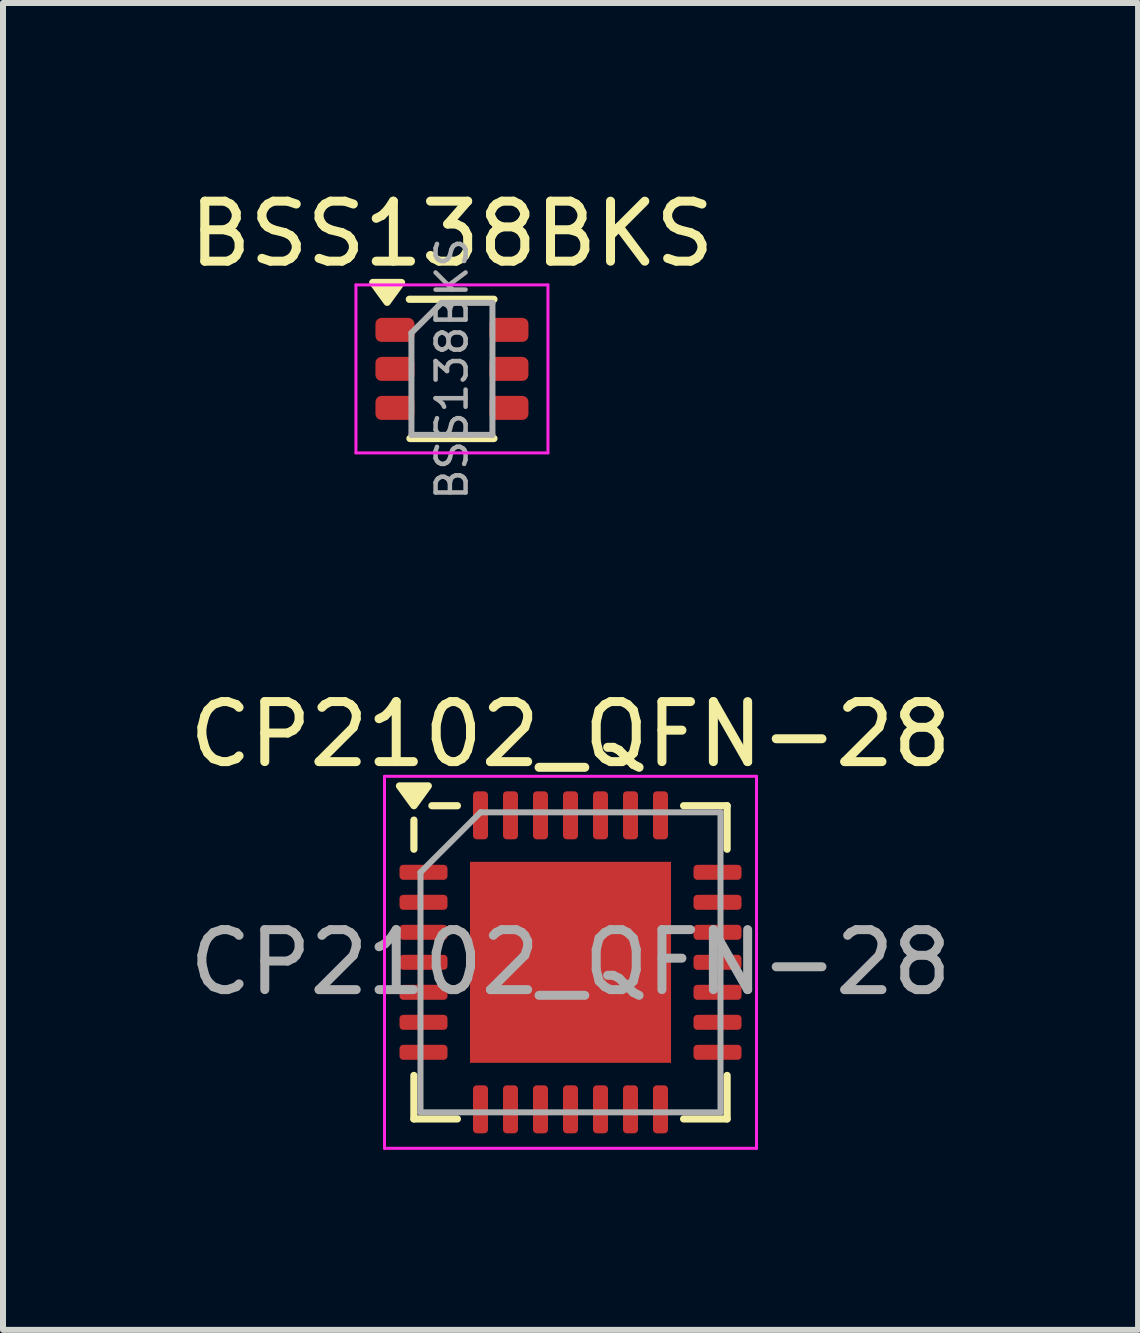
<source format=kicad_pcb>
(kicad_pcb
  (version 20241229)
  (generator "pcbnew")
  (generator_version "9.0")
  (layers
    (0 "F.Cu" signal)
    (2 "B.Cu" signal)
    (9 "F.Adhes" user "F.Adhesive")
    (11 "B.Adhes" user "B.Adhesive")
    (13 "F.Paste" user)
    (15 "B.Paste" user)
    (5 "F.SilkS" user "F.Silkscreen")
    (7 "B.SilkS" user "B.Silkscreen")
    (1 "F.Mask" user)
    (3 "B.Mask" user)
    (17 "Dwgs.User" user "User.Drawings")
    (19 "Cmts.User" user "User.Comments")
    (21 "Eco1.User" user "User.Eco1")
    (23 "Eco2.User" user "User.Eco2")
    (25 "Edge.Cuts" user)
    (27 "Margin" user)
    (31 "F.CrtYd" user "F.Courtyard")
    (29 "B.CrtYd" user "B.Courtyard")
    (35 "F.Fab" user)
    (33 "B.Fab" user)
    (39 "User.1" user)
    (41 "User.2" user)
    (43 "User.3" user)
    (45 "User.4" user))
  (footprint "CP2102_QFN-28"
    (layer "F.Cu")
    (at 6.458 12.988)
    (property "Reference" "CP2102_QFN-28" (at 0 -3.8 0) (layer "F.SilkS") (effects (font (size 1 1) (thickness 0.15))))
    (attr smd)
    (fp_line (start -2.61 -1.885) (end -2.61 -2.37) (stroke (width 0.12) (type solid)) (layer "F.SilkS"))
    (fp_line (start -2.61 2.61) (end -2.61 1.885) (stroke (width 0.12) (type solid)) (layer "F.SilkS"))
    (fp_line (start -1.885 -2.61) (end -2.31 -2.61) (stroke (width 0.12) (type solid)) (layer "F.SilkS"))
    (fp_line (start -1.885 2.61) (end -2.61 2.61) (stroke (width 0.12) (type solid)) (layer "F.SilkS"))
    (fp_line (start 1.885 -2.61) (end 2.61 -2.61) (stroke (width 0.12) (type solid)) (layer "F.SilkS"))
    (fp_line (start 1.885 2.61) (end 2.61 2.61) (stroke (width 0.12) (type solid)) (layer "F.SilkS"))
    (fp_line (start 2.61 -2.61) (end 2.61 -1.885) (stroke (width 0.12) (type solid)) (layer "F.SilkS"))
    (fp_line (start 2.61 2.61) (end 2.61 1.885) (stroke (width 0.12) (type solid)) (layer "F.SilkS"))
    (fp_poly (pts (xy -2.61 -2.61) (xy -2.85 -2.94) (xy -2.37 -2.94) (xy -2.61 -2.61)) (stroke (width 0.12) (type solid)) (fill yes) (layer "F.SilkS"))
    (fp_line (start -3.1 -3.1) (end -3.1 3.1) (stroke (width 0.05) (type solid)) (layer "F.CrtYd"))
    (fp_line (start -3.1 3.1) (end 3.1 3.1) (stroke (width 0.05) (type solid)) (layer "F.CrtYd"))
    (fp_line (start 3.1 -3.1) (end -3.1 -3.1) (stroke (width 0.05) (type solid)) (layer "F.CrtYd"))
    (fp_line (start 3.1 3.1) (end 3.1 -3.1) (stroke (width 0.05) (type solid)) (layer "F.CrtYd"))
    (fp_line (start -2.5 -1.5) (end -1.5 -2.5) (stroke (width 0.1) (type solid)) (layer "F.Fab"))
    (fp_line (start -2.5 2.5) (end -2.5 -1.5) (stroke (width 0.1) (type solid)) (layer "F.Fab"))
    (fp_line (start -1.5 -2.5) (end 2.5 -2.5) (stroke (width 0.1) (type solid)) (layer "F.Fab"))
    (fp_line (start 2.5 -2.5) (end 2.5 2.5) (stroke (width 0.1) (type solid)) (layer "F.Fab"))
    (fp_line (start 2.5 2.5) (end -2.5 2.5) (stroke (width 0.1) (type solid)) (layer "F.Fab"))
    (fp_text user "${REFERENCE}" (at 0 0 0) (layer "F.Fab") (effects (font (size 1 1) (thickness 0.15))))
    (pad "" smd roundrect (at -1.12 -1.12) (size 0.9 0.9) (layers "F.Paste") (roundrect_rratio 0.25))
    (pad "" smd roundrect (at -1.12 0) (size 0.9 0.9) (layers "F.Paste") (roundrect_rratio 0.25))
    (pad "" smd roundrect (at -1.12 1.12) (size 0.9 0.9) (layers "F.Paste") (roundrect_rratio 0.25))
    (pad "" smd roundrect (at 0 -1.12) (size 0.9 0.9) (layers "F.Paste") (roundrect_rratio 0.25))
    (pad "" smd roundrect (at 0 0) (size 0.9 0.9) (layers "F.Paste") (roundrect_rratio 0.25))
    (pad "" smd roundrect (at 0 1.12) (size 0.9 0.9) (layers "F.Paste") (roundrect_rratio 0.25))
    (pad "" smd roundrect (at 1.12 -1.12) (size 0.9 0.9) (layers "F.Paste") (roundrect_rratio 0.25))
    (pad "" smd roundrect (at 1.12 0) (size 0.9 0.9) (layers "F.Paste") (roundrect_rratio 0.25))
    (pad "" smd roundrect (at 1.12 1.12) (size 0.9 0.9) (layers "F.Paste") (roundrect_rratio 0.25))
    (pad "1" smd roundrect (at -2.45 -1.5) (size 0.8 0.25) (layers "F.Cu" "F.Mask" "F.Paste") (roundrect_rratio 0.25))
    (pad "2" smd roundrect (at -2.45 -1) (size 0.8 0.25) (layers "F.Cu" "F.Mask" "F.Paste") (roundrect_rratio 0.25))
    (pad "3" smd roundrect (at -2.45 -0.5) (size 0.8 0.25) (layers "F.Cu" "F.Mask" "F.Paste") (roundrect_rratio 0.25))
    (pad "4" smd roundrect (at -2.45 0) (size 0.8 0.25) (layers "F.Cu" "F.Mask" "F.Paste") (roundrect_rratio 0.25))
    (pad "5" smd roundrect (at -2.45 0.5) (size 0.8 0.25) (layers "F.Cu" "F.Mask" "F.Paste") (roundrect_rratio 0.25))
    (pad "6" smd roundrect (at -2.45 1) (size 0.8 0.25) (layers "F.Cu" "F.Mask" "F.Paste") (roundrect_rratio 0.25))
    (pad "7" smd roundrect (at -2.45 1.5) (size 0.8 0.25) (layers "F.Cu" "F.Mask" "F.Paste") (roundrect_rratio 0.25))
    (pad "8" smd roundrect (at -1.5 2.45) (size 0.25 0.8) (layers "F.Cu" "F.Mask" "F.Paste") (roundrect_rratio 0.25))
    (pad "9" smd roundrect (at -1 2.45) (size 0.25 0.8) (layers "F.Cu" "F.Mask" "F.Paste") (roundrect_rratio 0.25))
    (pad "10" smd roundrect (at -0.5 2.45) (size 0.25 0.8) (layers "F.Cu" "F.Mask" "F.Paste") (roundrect_rratio 0.25))
    (pad "11" smd roundrect (at 0 2.45) (size 0.25 0.8) (layers "F.Cu" "F.Mask" "F.Paste") (roundrect_rratio 0.25))
    (pad "12" smd roundrect (at 0.5 2.45) (size 0.25 0.8) (layers "F.Cu" "F.Mask" "F.Paste") (roundrect_rratio 0.25))
    (pad "13" smd roundrect (at 1 2.45) (size 0.25 0.8) (layers "F.Cu" "F.Mask" "F.Paste") (roundrect_rratio 0.25))
    (pad "14" smd roundrect (at 1.5 2.45) (size 0.25 0.8) (layers "F.Cu" "F.Mask" "F.Paste") (roundrect_rratio 0.25))
    (pad "15" smd roundrect (at 2.45 1.5) (size 0.8 0.25) (layers "F.Cu" "F.Mask" "F.Paste") (roundrect_rratio 0.25))
    (pad "16" smd roundrect (at 2.45 1) (size 0.8 0.25) (layers "F.Cu" "F.Mask" "F.Paste") (roundrect_rratio 0.25))
    (pad "17" smd roundrect (at 2.45 0.5) (size 0.8 0.25) (layers "F.Cu" "F.Mask" "F.Paste") (roundrect_rratio 0.25))
    (pad "18" smd roundrect (at 2.45 0) (size 0.8 0.25) (layers "F.Cu" "F.Mask" "F.Paste") (roundrect_rratio 0.25))
    (pad "19" smd roundrect (at 2.45 -0.5) (size 0.8 0.25) (layers "F.Cu" "F.Mask" "F.Paste") (roundrect_rratio 0.25))
    (pad "20" smd roundrect (at 2.45 -1) (size 0.8 0.25) (layers "F.Cu" "F.Mask" "F.Paste") (roundrect_rratio 0.25))
    (pad "21" smd roundrect (at 2.45 -1.5) (size 0.8 0.25) (layers "F.Cu" "F.Mask" "F.Paste") (roundrect_rratio 0.25))
    (pad "22" smd roundrect (at 1.5 -2.45) (size 0.25 0.8) (layers "F.Cu" "F.Mask" "F.Paste") (roundrect_rratio 0.25))
    (pad "23" smd roundrect (at 1 -2.45) (size 0.25 0.8) (layers "F.Cu" "F.Mask" "F.Paste") (roundrect_rratio 0.25))
    (pad "24" smd roundrect (at 0.5 -2.45) (size 0.25 0.8) (layers "F.Cu" "F.Mask" "F.Paste") (roundrect_rratio 0.25))
    (pad "25" smd roundrect (at 0 -2.45) (size 0.25 0.8) (layers "F.Cu" "F.Mask" "F.Paste") (roundrect_rratio 0.25))
    (pad "26" smd roundrect (at -0.5 -2.45) (size 0.25 0.8) (layers "F.Cu" "F.Mask" "F.Paste") (roundrect_rratio 0.25))
    (pad "27" smd roundrect (at -1 -2.45) (size 0.25 0.8) (layers "F.Cu" "F.Mask" "F.Paste") (roundrect_rratio 0.25))
    (pad "28" smd roundrect (at -1.5 -2.45) (size 0.25 0.8) (layers "F.Cu" "F.Mask" "F.Paste") (roundrect_rratio 0.25))
    (pad "29" smd rect (at 0 0) (size 3.35 3.35) (property pad_prop_heatsink) (layers "F.Cu" "F.Mask")))
  (footprint "BSS138BKS"
    (layer "F.Cu")
    (at 4.482 3.098)
    (property "Reference" "BSS138BKS" (at 0 -2.25 0) (layer "F.SilkS") (effects (font (size 1 1) (thickness 0.15))))
    (attr smd)
    (fp_line (start -0.71 -1.16) (end 0.7 -1.16) (stroke (width 0.12) (type solid)) (layer "F.SilkS"))
    (fp_line (start -0.7 1.16) (end 0.7 1.16) (stroke (width 0.12) (type solid)) (layer "F.SilkS"))
    (fp_poly (pts (xy -1.08 -1.11) (xy -1.32 -1.44) (xy -0.84 -1.44) (xy -1.08 -1.11)) (stroke (width 0.12) (type solid)) (fill yes) (layer "F.SilkS"))
    (fp_line (start -1.6 -1.4) (end -1.6 1.4) (stroke (width 0.05) (type solid)) (layer "F.CrtYd"))
    (fp_line (start -1.6 -1.4) (end 1.6 -1.4) (stroke (width 0.05) (type solid)) (layer "F.CrtYd"))
    (fp_line (start -1.6 1.4) (end 1.6 1.4) (stroke (width 0.05) (type solid)) (layer "F.CrtYd"))
    (fp_line (start 1.6 1.4) (end 1.6 -1.4) (stroke (width 0.05) (type solid)) (layer "F.CrtYd"))
    (fp_line (start -0.675 -0.6) (end -0.675 1.1) (stroke (width 0.1) (type solid)) (layer "F.Fab"))
    (fp_line (start -0.175 -1.1) (end -0.675 -0.6) (stroke (width 0.1) (type solid)) (layer "F.Fab"))
    (fp_line (start 0.675 -1.1) (end -0.175 -1.1) (stroke (width 0.1) (type solid)) (layer "F.Fab"))
    (fp_line (start 0.675 -1.1) (end 0.675 1.1) (stroke (width 0.1) (type solid)) (layer "F.Fab"))
    (fp_line (start 0.675 1.1) (end -0.675 1.1) (stroke (width 0.1) (type solid)) (layer "F.Fab"))
    (fp_text user "${REFERENCE}" (at 0 0 90) (layer "F.Fab") (effects (font (size 0.5 0.5) (thickness 0.075))))
    (pad "1" smd roundrect (at -0.95 -0.65) (size 0.65 0.4) (layers "F.Cu" "F.Mask" "F.Paste") (roundrect_rratio 0.25))
    (pad "2" smd roundrect (at -0.95 0) (size 0.65 0.4) (layers "F.Cu" "F.Mask" "F.Paste") (roundrect_rratio 0.25))
    (pad "3" smd roundrect (at -0.95 0.65) (size 0.65 0.4) (layers "F.Cu" "F.Mask" "F.Paste") (roundrect_rratio 0.25))
    (pad "4" smd roundrect (at 0.95 0.65) (size 0.65 0.4) (layers "F.Cu" "F.Mask" "F.Paste") (roundrect_rratio 0.25))
    (pad "5" smd roundrect (at 0.95 0) (size 0.65 0.4) (layers "F.Cu" "F.Mask" "F.Paste") (roundrect_rratio 0.25))
    (pad "6" smd roundrect (at 0.95 -0.65) (size 0.65 0.4) (layers "F.Cu" "F.Mask" "F.Paste") (roundrect_rratio 0.25)))
  (gr_rect
    (start -3 -3)
    (end 15.917 19.113)
    (stroke (width 0.1) (type default))
    (fill no)
    (layer "Edge.Cuts")))
</source>
